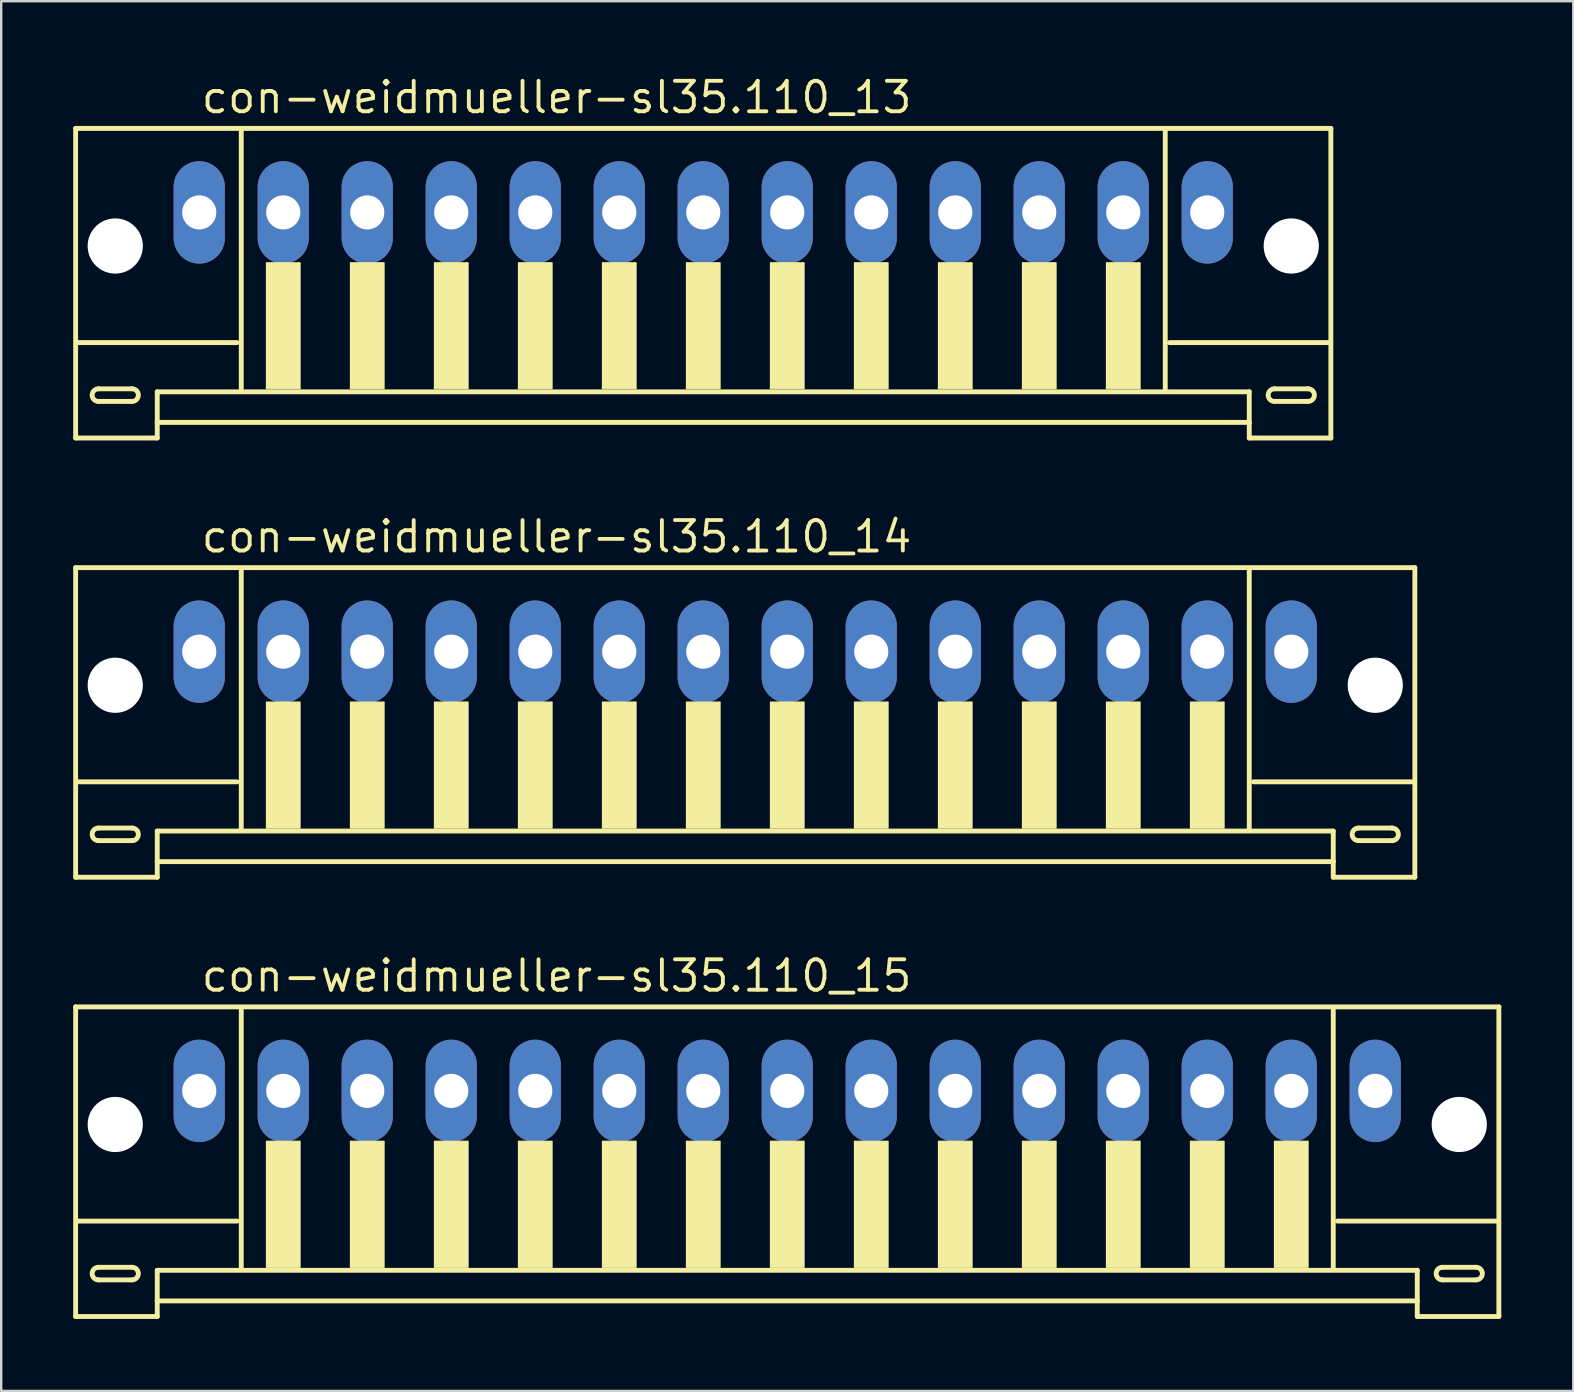
<source format=kicad_pcb>
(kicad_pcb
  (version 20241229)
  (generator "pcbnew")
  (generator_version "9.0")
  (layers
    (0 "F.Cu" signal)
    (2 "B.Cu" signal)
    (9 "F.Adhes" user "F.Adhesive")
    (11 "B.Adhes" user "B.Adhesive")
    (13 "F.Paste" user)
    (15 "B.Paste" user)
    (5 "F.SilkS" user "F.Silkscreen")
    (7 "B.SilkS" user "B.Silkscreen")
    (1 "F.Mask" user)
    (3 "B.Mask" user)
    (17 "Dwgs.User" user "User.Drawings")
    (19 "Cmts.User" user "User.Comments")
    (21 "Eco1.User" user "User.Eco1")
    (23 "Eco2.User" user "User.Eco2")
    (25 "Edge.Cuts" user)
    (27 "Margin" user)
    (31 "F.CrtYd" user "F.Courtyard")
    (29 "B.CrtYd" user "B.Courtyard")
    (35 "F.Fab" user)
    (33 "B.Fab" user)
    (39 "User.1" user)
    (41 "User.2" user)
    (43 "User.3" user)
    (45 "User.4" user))
  (footprint "con-weidmueller-sl35.110_13"
    (layer "F.Cu")
    (at 26.252 7.55)
    (property "Reference" "con-weidmueller-sl35.110_13" (at -21 -5.8 0) (layer "F.SilkS") (effects (font (size 1.27 1.27) (thickness 0.16)) (justify left bottom)))
    (attr through_hole)
    (fp_line (start -26.15 -5.25) (end -26.15 7.65) (stroke (width 0.203) (type default)) (layer "F.SilkS"))
    (fp_line (start -26.15 7.65) (end -22.75 7.65) (stroke (width 0.203) (type default)) (layer "F.SilkS"))
    (fp_line (start -25.2 5.6) (end -23.8 5.6) (stroke (width 0.203) (type default)) (layer "F.SilkS"))
    (fp_line (start -23.8 6.125) (end -25.2 6.125) (stroke (width 0.203) (type default)) (layer "F.SilkS"))
    (fp_line (start -22.75 5.725) (end 22.75 5.725) (stroke (width 0.203) (type default)) (layer "F.SilkS"))
    (fp_line (start -22.75 7) (end -22.75 5.725) (stroke (width 0.203) (type default)) (layer "F.SilkS"))
    (fp_line (start -22.75 7) (end 22.75 7) (stroke (width 0.203) (type default)) (layer "F.SilkS"))
    (fp_line (start -22.75 7.65) (end -22.75 7) (stroke (width 0.203) (type default)) (layer "F.SilkS"))
    (fp_line (start -19.425 3.675) (end -26.075 3.675) (stroke (width 0.203) (type default)) (layer "F.SilkS"))
    (fp_line (start -19.25 -5.125) (end -19.25 5.6) (stroke (width 0.203) (type default)) (layer "F.SilkS"))
    (fp_line (start 19.25 5.6) (end 19.25 -5.125) (stroke (width 0.203) (type default)) (layer "F.SilkS"))
    (fp_line (start 22.75 5.725) (end 22.75 7) (stroke (width 0.203) (type default)) (layer "F.SilkS"))
    (fp_line (start 22.75 7) (end 22.75 7.65) (stroke (width 0.203) (type default)) (layer "F.SilkS"))
    (fp_line (start 22.75 7.65) (end 26.15 7.65) (stroke (width 0.203) (type default)) (layer "F.SilkS"))
    (fp_line (start 23.8 5.6) (end 25.2 5.6) (stroke (width 0.203) (type default)) (layer "F.SilkS"))
    (fp_line (start 25.2 6.125) (end 23.8 6.125) (stroke (width 0.203) (type default)) (layer "F.SilkS"))
    (fp_line (start 26.075 3.675) (end 19.425 3.675) (stroke (width 0.203) (type default)) (layer "F.SilkS"))
    (fp_line (start 26.15 -5.25) (end -26.15 -5.25) (stroke (width 0.203) (type default)) (layer "F.SilkS"))
    (fp_line (start 26.15 7.65) (end 26.15 -5.25) (stroke (width 0.203) (type default)) (layer "F.SilkS"))
    (fp_rect (start -18.2 5.6) (end -16.8 0.35) (stroke (width 0.05) (type default)) (fill yes) (layer "F.SilkS"))
    (fp_rect (start -14.7 5.6) (end -13.3 0.35) (stroke (width 0.05) (type default)) (fill yes) (layer "F.SilkS"))
    (fp_rect (start -11.2 5.6) (end -9.8 0.35) (stroke (width 0.05) (type default)) (fill yes) (layer "F.SilkS"))
    (fp_rect (start -7.7 5.6) (end -6.3 0.35) (stroke (width 0.05) (type default)) (fill yes) (layer "F.SilkS"))
    (fp_rect (start -4.2 5.6) (end -2.8 0.35) (stroke (width 0.05) (type default)) (fill yes) (layer "F.SilkS"))
    (fp_rect (start -0.7 5.6) (end 0.7 0.35) (stroke (width 0.05) (type default)) (fill yes) (layer "F.SilkS"))
    (fp_rect (start 2.8 5.6) (end 4.2 0.35) (stroke (width 0.05) (type default)) (fill yes) (layer "F.SilkS"))
    (fp_rect (start 6.3 5.6) (end 7.7 0.35) (stroke (width 0.05) (type default)) (fill yes) (layer "F.SilkS"))
    (fp_rect (start 9.8 5.6) (end 11.2 0.35) (stroke (width 0.05) (type default)) (fill yes) (layer "F.SilkS"))
    (fp_rect (start 13.3 5.6) (end 14.7 0.35) (stroke (width 0.05) (type default)) (fill yes) (layer "F.SilkS"))
    (fp_rect (start 16.8 5.6) (end 18.2 0.35) (stroke (width 0.05) (type default)) (fill yes) (layer "F.SilkS"))
    (fp_arc (start -25.2 6.125) (mid -25.4625 5.8625) (end -25.2 5.6) (stroke (width 0.2032) (type default)) (layer "F.SilkS"))
    (fp_arc (start -23.8 5.6) (mid -23.5375 5.8625) (end -23.8 6.125) (stroke (width 0.2032) (type default)) (layer "F.SilkS"))
    (fp_arc (start 23.8 6.125) (mid 23.5375 5.8625) (end 23.8 5.6) (stroke (width 0.2032) (type default)) (layer "F.SilkS"))
    (fp_arc (start 25.2 5.6) (mid 25.4625 5.8625) (end 25.2 6.125) (stroke (width 0.2032) (type default)) (layer "F.SilkS"))
    (pad "" np_thru_hole circle (at -24.5 -0.35) (size 2.3 2.3) (drill 2.3) (layers "*.Cu" "*.Mask"))
    (pad "" np_thru_hole circle (at 24.5 -0.35) (size 2.3 2.3) (drill 2.3) (layers "*.Cu" "*.Mask"))
    (pad "1" thru_hole oval (at -21 -1.75 90) (size 4.267 2.134) (drill 1.422) (layers "*.Cu" "*.Mask"))
    (pad "2" thru_hole oval (at -17.5 -1.75 90) (size 4.267 2.134) (drill 1.422) (layers "*.Cu" "*.Mask"))
    (pad "3" thru_hole oval (at -14 -1.75 90) (size 4.267 2.134) (drill 1.422) (layers "*.Cu" "*.Mask"))
    (pad "4" thru_hole oval (at -10.5 -1.75 90) (size 4.267 2.134) (drill 1.422) (layers "*.Cu" "*.Mask"))
    (pad "5" thru_hole oval (at -7 -1.75 90) (size 4.267 2.134) (drill 1.422) (layers "*.Cu" "*.Mask"))
    (pad "6" thru_hole oval (at -3.5 -1.75 90) (size 4.267 2.134) (drill 1.422) (layers "*.Cu" "*.Mask"))
    (pad "7" thru_hole oval (at 0 -1.75 90) (size 4.267 2.134) (drill 1.422) (layers "*.Cu" "*.Mask"))
    (pad "8" thru_hole oval (at 3.5 -1.75 90) (size 4.267 2.134) (drill 1.422) (layers "*.Cu" "*.Mask"))
    (pad "9" thru_hole oval (at 7 -1.75 90) (size 4.267 2.134) (drill 1.422) (layers "*.Cu" "*.Mask"))
    (pad "10" thru_hole oval (at 10.5 -1.75 90) (size 4.267 2.134) (drill 1.422) (layers "*.Cu" "*.Mask"))
    (pad "11" thru_hole oval (at 14 -1.75 90) (size 4.267 2.134) (drill 1.422) (layers "*.Cu" "*.Mask"))
    (pad "12" thru_hole oval (at 17.5 -1.75 90) (size 4.267 2.134) (drill 1.422) (layers "*.Cu" "*.Mask"))
    (pad "13" thru_hole oval (at 21 -1.75 90) (size 4.267 2.134) (drill 1.422) (layers "*.Cu" "*.Mask")))
  (footprint "con-weidmueller-sl35.110_15"
    (layer "F.Cu")
    (at 29.752 44.153)
    (property "Reference" "con-weidmueller-sl35.110_15" (at -24.5 -5.8 0) (layer "F.SilkS") (effects (font (size 1.27 1.27) (thickness 0.16)) (justify left bottom)))
    (attr through_hole)
    (fp_line (start -29.65 -5.25) (end -29.65 7.65) (stroke (width 0.203) (type default)) (layer "F.SilkS"))
    (fp_line (start -29.65 7.65) (end -26.25 7.65) (stroke (width 0.203) (type default)) (layer "F.SilkS"))
    (fp_line (start -28.7 5.6) (end -27.3 5.6) (stroke (width 0.203) (type default)) (layer "F.SilkS"))
    (fp_line (start -27.3 6.125) (end -28.7 6.125) (stroke (width 0.203) (type default)) (layer "F.SilkS"))
    (fp_line (start -26.25 5.725) (end 26.25 5.725) (stroke (width 0.203) (type default)) (layer "F.SilkS"))
    (fp_line (start -26.25 7) (end -26.25 5.725) (stroke (width 0.203) (type default)) (layer "F.SilkS"))
    (fp_line (start -26.25 7) (end 26.25 7) (stroke (width 0.203) (type default)) (layer "F.SilkS"))
    (fp_line (start -26.25 7.65) (end -26.25 7) (stroke (width 0.203) (type default)) (layer "F.SilkS"))
    (fp_line (start -22.925 3.675) (end -29.575 3.675) (stroke (width 0.203) (type default)) (layer "F.SilkS"))
    (fp_line (start -22.75 -5.125) (end -22.75 5.6) (stroke (width 0.203) (type default)) (layer "F.SilkS"))
    (fp_line (start 22.75 5.6) (end 22.75 -5.125) (stroke (width 0.203) (type default)) (layer "F.SilkS"))
    (fp_line (start 26.25 5.725) (end 26.25 7) (stroke (width 0.203) (type default)) (layer "F.SilkS"))
    (fp_line (start 26.25 7) (end 26.25 7.65) (stroke (width 0.203) (type default)) (layer "F.SilkS"))
    (fp_line (start 26.25 7.65) (end 29.65 7.65) (stroke (width 0.203) (type default)) (layer "F.SilkS"))
    (fp_line (start 27.3 5.6) (end 28.7 5.6) (stroke (width 0.203) (type default)) (layer "F.SilkS"))
    (fp_line (start 28.7 6.125) (end 27.3 6.125) (stroke (width 0.203) (type default)) (layer "F.SilkS"))
    (fp_line (start 29.575 3.675) (end 22.925 3.675) (stroke (width 0.203) (type default)) (layer "F.SilkS"))
    (fp_line (start 29.65 -5.25) (end -29.65 -5.25) (stroke (width 0.203) (type default)) (layer "F.SilkS"))
    (fp_line (start 29.65 7.65) (end 29.65 -5.25) (stroke (width 0.203) (type default)) (layer "F.SilkS"))
    (fp_rect (start -21.7 5.6) (end -20.3 0.35) (stroke (width 0.05) (type default)) (fill yes) (layer "F.SilkS"))
    (fp_rect (start -18.2 5.6) (end -16.8 0.35) (stroke (width 0.05) (type default)) (fill yes) (layer "F.SilkS"))
    (fp_rect (start -14.7 5.6) (end -13.3 0.35) (stroke (width 0.05) (type default)) (fill yes) (layer "F.SilkS"))
    (fp_rect (start -11.2 5.6) (end -9.8 0.35) (stroke (width 0.05) (type default)) (fill yes) (layer "F.SilkS"))
    (fp_rect (start -7.7 5.6) (end -6.3 0.35) (stroke (width 0.05) (type default)) (fill yes) (layer "F.SilkS"))
    (fp_rect (start -4.2 5.6) (end -2.8 0.35) (stroke (width 0.05) (type default)) (fill yes) (layer "F.SilkS"))
    (fp_rect (start -0.7 5.6) (end 0.7 0.35) (stroke (width 0.05) (type default)) (fill yes) (layer "F.SilkS"))
    (fp_rect (start 2.8 5.6) (end 4.2 0.35) (stroke (width 0.05) (type default)) (fill yes) (layer "F.SilkS"))
    (fp_rect (start 6.3 5.6) (end 7.7 0.35) (stroke (width 0.05) (type default)) (fill yes) (layer "F.SilkS"))
    (fp_rect (start 9.8 5.6) (end 11.2 0.35) (stroke (width 0.05) (type default)) (fill yes) (layer "F.SilkS"))
    (fp_rect (start 13.3 5.6) (end 14.7 0.35) (stroke (width 0.05) (type default)) (fill yes) (layer "F.SilkS"))
    (fp_rect (start 16.8 5.6) (end 18.2 0.35) (stroke (width 0.05) (type default)) (fill yes) (layer "F.SilkS"))
    (fp_rect (start 20.3 5.6) (end 21.7 0.35) (stroke (width 0.05) (type default)) (fill yes) (layer "F.SilkS"))
    (fp_arc (start -28.7 6.125) (mid -28.9625 5.8625) (end -28.7 5.6) (stroke (width 0.2032) (type default)) (layer "F.SilkS"))
    (fp_arc (start -27.3 5.6) (mid -27.0375 5.8625) (end -27.3 6.125) (stroke (width 0.2032) (type default)) (layer "F.SilkS"))
    (fp_arc (start 27.3 6.125) (mid 27.0375 5.8625) (end 27.3 5.6) (stroke (width 0.2032) (type default)) (layer "F.SilkS"))
    (fp_arc (start 28.7 5.6) (mid 28.9625 5.8625) (end 28.7 6.125) (stroke (width 0.2032) (type default)) (layer "F.SilkS"))
    (pad "" np_thru_hole circle (at -28 -0.35) (size 2.3 2.3) (drill 2.3) (layers "*.Cu" "*.Mask"))
    (pad "" np_thru_hole circle (at 28 -0.35) (size 2.3 2.3) (drill 2.3) (layers "*.Cu" "*.Mask"))
    (pad "1" thru_hole oval (at -24.5 -1.75 90) (size 4.267 2.134) (drill 1.422) (layers "*.Cu" "*.Mask"))
    (pad "2" thru_hole oval (at -21 -1.75 90) (size 4.267 2.134) (drill 1.422) (layers "*.Cu" "*.Mask"))
    (pad "3" thru_hole oval (at -17.5 -1.75 90) (size 4.267 2.134) (drill 1.422) (layers "*.Cu" "*.Mask"))
    (pad "4" thru_hole oval (at -14 -1.75 90) (size 4.267 2.134) (drill 1.422) (layers "*.Cu" "*.Mask"))
    (pad "5" thru_hole oval (at -10.5 -1.75 90) (size 4.267 2.134) (drill 1.422) (layers "*.Cu" "*.Mask"))
    (pad "6" thru_hole oval (at -7 -1.75 90) (size 4.267 2.134) (drill 1.422) (layers "*.Cu" "*.Mask"))
    (pad "7" thru_hole oval (at -3.5 -1.75 90) (size 4.267 2.134) (drill 1.422) (layers "*.Cu" "*.Mask"))
    (pad "8" thru_hole oval (at 0 -1.75 90) (size 4.267 2.134) (drill 1.422) (layers "*.Cu" "*.Mask"))
    (pad "9" thru_hole oval (at 3.5 -1.75 90) (size 4.267 2.134) (drill 1.422) (layers "*.Cu" "*.Mask"))
    (pad "10" thru_hole oval (at 7 -1.75 90) (size 4.267 2.134) (drill 1.422) (layers "*.Cu" "*.Mask"))
    (pad "11" thru_hole oval (at 10.5 -1.75 90) (size 4.267 2.134) (drill 1.422) (layers "*.Cu" "*.Mask"))
    (pad "12" thru_hole oval (at 14 -1.75 90) (size 4.267 2.134) (drill 1.422) (layers "*.Cu" "*.Mask"))
    (pad "13" thru_hole oval (at 17.5 -1.75 90) (size 4.267 2.134) (drill 1.422) (layers "*.Cu" "*.Mask"))
    (pad "14" thru_hole oval (at 21 -1.75 90) (size 4.267 2.134) (drill 1.422) (layers "*.Cu" "*.Mask"))
    (pad "15" thru_hole oval (at 24.5 -1.75 90) (size 4.267 2.134) (drill 1.422) (layers "*.Cu" "*.Mask")))
  (footprint "con-weidmueller-sl35.110_14"
    (layer "F.Cu")
    (at 28.002 25.852)
    (property "Reference" "con-weidmueller-sl35.110_14" (at -22.75 -5.8 0) (layer "F.SilkS") (effects (font (size 1.27 1.27) (thickness 0.16)) (justify left bottom)))
    (attr through_hole)
    (fp_line (start -27.9 -5.25) (end -27.9 7.65) (stroke (width 0.203) (type default)) (layer "F.SilkS"))
    (fp_line (start -27.9 7.65) (end -24.5 7.65) (stroke (width 0.203) (type default)) (layer "F.SilkS"))
    (fp_line (start -26.95 5.6) (end -25.55 5.6) (stroke (width 0.203) (type default)) (layer "F.SilkS"))
    (fp_line (start -25.55 6.125) (end -26.95 6.125) (stroke (width 0.203) (type default)) (layer "F.SilkS"))
    (fp_line (start -24.5 5.725) (end 24.5 5.725) (stroke (width 0.203) (type default)) (layer "F.SilkS"))
    (fp_line (start -24.5 7) (end -24.5 5.725) (stroke (width 0.203) (type default)) (layer "F.SilkS"))
    (fp_line (start -24.5 7) (end 24.5 7) (stroke (width 0.203) (type default)) (layer "F.SilkS"))
    (fp_line (start -24.5 7.65) (end -24.5 7) (stroke (width 0.203) (type default)) (layer "F.SilkS"))
    (fp_line (start -21.175 3.675) (end -27.825 3.675) (stroke (width 0.203) (type default)) (layer "F.SilkS"))
    (fp_line (start -21 -5.125) (end -21 5.6) (stroke (width 0.203) (type default)) (layer "F.SilkS"))
    (fp_line (start 21 5.6) (end 21 -5.125) (stroke (width 0.203) (type default)) (layer "F.SilkS"))
    (fp_line (start 24.5 5.725) (end 24.5 7) (stroke (width 0.203) (type default)) (layer "F.SilkS"))
    (fp_line (start 24.5 7) (end 24.5 7.65) (stroke (width 0.203) (type default)) (layer "F.SilkS"))
    (fp_line (start 24.5 7.65) (end 27.9 7.65) (stroke (width 0.203) (type default)) (layer "F.SilkS"))
    (fp_line (start 25.55 5.6) (end 26.95 5.6) (stroke (width 0.203) (type default)) (layer "F.SilkS"))
    (fp_line (start 26.95 6.125) (end 25.55 6.125) (stroke (width 0.203) (type default)) (layer "F.SilkS"))
    (fp_line (start 27.825 3.675) (end 21.175 3.675) (stroke (width 0.203) (type default)) (layer "F.SilkS"))
    (fp_line (start 27.9 -5.25) (end -27.9 -5.25) (stroke (width 0.203) (type default)) (layer "F.SilkS"))
    (fp_line (start 27.9 7.65) (end 27.9 -5.25) (stroke (width 0.203) (type default)) (layer "F.SilkS"))
    (fp_rect (start -19.95 5.6) (end -18.55 0.35) (stroke (width 0.05) (type default)) (fill yes) (layer "F.SilkS"))
    (fp_rect (start -16.45 5.6) (end -15.05 0.35) (stroke (width 0.05) (type default)) (fill yes) (layer "F.SilkS"))
    (fp_rect (start -12.95 5.6) (end -11.55 0.35) (stroke (width 0.05) (type default)) (fill yes) (layer "F.SilkS"))
    (fp_rect (start -9.45 5.6) (end -8.05 0.35) (stroke (width 0.05) (type default)) (fill yes) (layer "F.SilkS"))
    (fp_rect (start -5.95 5.6) (end -4.55 0.35) (stroke (width 0.05) (type default)) (fill yes) (layer "F.SilkS"))
    (fp_rect (start -2.45 5.6) (end -1.05 0.35) (stroke (width 0.05) (type default)) (fill yes) (layer "F.SilkS"))
    (fp_rect (start 1.05 5.6) (end 2.45 0.35) (stroke (width 0.05) (type default)) (fill yes) (layer "F.SilkS"))
    (fp_rect (start 4.55 5.6) (end 5.95 0.35) (stroke (width 0.05) (type default)) (fill yes) (layer "F.SilkS"))
    (fp_rect (start 8.05 5.6) (end 9.45 0.35) (stroke (width 0.05) (type default)) (fill yes) (layer "F.SilkS"))
    (fp_rect (start 11.55 5.6) (end 12.95 0.35) (stroke (width 0.05) (type default)) (fill yes) (layer "F.SilkS"))
    (fp_rect (start 15.05 5.6) (end 16.45 0.35) (stroke (width 0.05) (type default)) (fill yes) (layer "F.SilkS"))
    (fp_rect (start 18.55 5.6) (end 19.95 0.35) (stroke (width 0.05) (type default)) (fill yes) (layer "F.SilkS"))
    (fp_arc (start -26.95 6.125) (mid -27.2125 5.8625) (end -26.95 5.6) (stroke (width 0.2032) (type default)) (layer "F.SilkS"))
    (fp_arc (start -25.55 5.6) (mid -25.2875 5.8625) (end -25.55 6.125) (stroke (width 0.2032) (type default)) (layer "F.SilkS"))
    (fp_arc (start 25.55 6.125) (mid 25.2875 5.8625) (end 25.55 5.6) (stroke (width 0.2032) (type default)) (layer "F.SilkS"))
    (fp_arc (start 26.95 5.6) (mid 27.2125 5.8625) (end 26.95 6.125) (stroke (width 0.2032) (type default)) (layer "F.SilkS"))
    (pad "" np_thru_hole circle (at -26.25 -0.35) (size 2.3 2.3) (drill 2.3) (layers "*.Cu" "*.Mask"))
    (pad "" np_thru_hole circle (at 26.25 -0.35) (size 2.3 2.3) (drill 2.3) (layers "*.Cu" "*.Mask"))
    (pad "1" thru_hole oval (at -22.75 -1.75 90) (size 4.267 2.134) (drill 1.422) (layers "*.Cu" "*.Mask"))
    (pad "2" thru_hole oval (at -19.25 -1.75 90) (size 4.267 2.134) (drill 1.422) (layers "*.Cu" "*.Mask"))
    (pad "3" thru_hole oval (at -15.75 -1.75 90) (size 4.267 2.134) (drill 1.422) (layers "*.Cu" "*.Mask"))
    (pad "4" thru_hole oval (at -12.25 -1.75 90) (size 4.267 2.134) (drill 1.422) (layers "*.Cu" "*.Mask"))
    (pad "5" thru_hole oval (at -8.75 -1.75 90) (size 4.267 2.134) (drill 1.422) (layers "*.Cu" "*.Mask"))
    (pad "6" thru_hole oval (at -5.25 -1.75 90) (size 4.267 2.134) (drill 1.422) (layers "*.Cu" "*.Mask"))
    (pad "7" thru_hole oval (at -1.75 -1.75 90) (size 4.267 2.134) (drill 1.422) (layers "*.Cu" "*.Mask"))
    (pad "8" thru_hole oval (at 1.75 -1.75 90) (size 4.267 2.134) (drill 1.422) (layers "*.Cu" "*.Mask"))
    (pad "9" thru_hole oval (at 5.25 -1.75 90) (size 4.267 2.134) (drill 1.422) (layers "*.Cu" "*.Mask"))
    (pad "10" thru_hole oval (at 8.75 -1.75 90) (size 4.267 2.134) (drill 1.422) (layers "*.Cu" "*.Mask"))
    (pad "11" thru_hole oval (at 12.25 -1.75 90) (size 4.267 2.134) (drill 1.422) (layers "*.Cu" "*.Mask"))
    (pad "12" thru_hole oval (at 15.75 -1.75 90) (size 4.267 2.134) (drill 1.422) (layers "*.Cu" "*.Mask"))
    (pad "13" thru_hole oval (at 19.25 -1.75 90) (size 4.267 2.134) (drill 1.422) (layers "*.Cu" "*.Mask"))
    (pad "14" thru_hole oval (at 22.75 -1.75 90) (size 4.267 2.134) (drill 1.422) (layers "*.Cu" "*.Mask")))
  (gr_rect
    (start -3 -3)
    (end 62.503 54.905)
    (stroke (width 0.1) (type default))
    (fill no)
    (layer "Edge.Cuts")))
</source>
